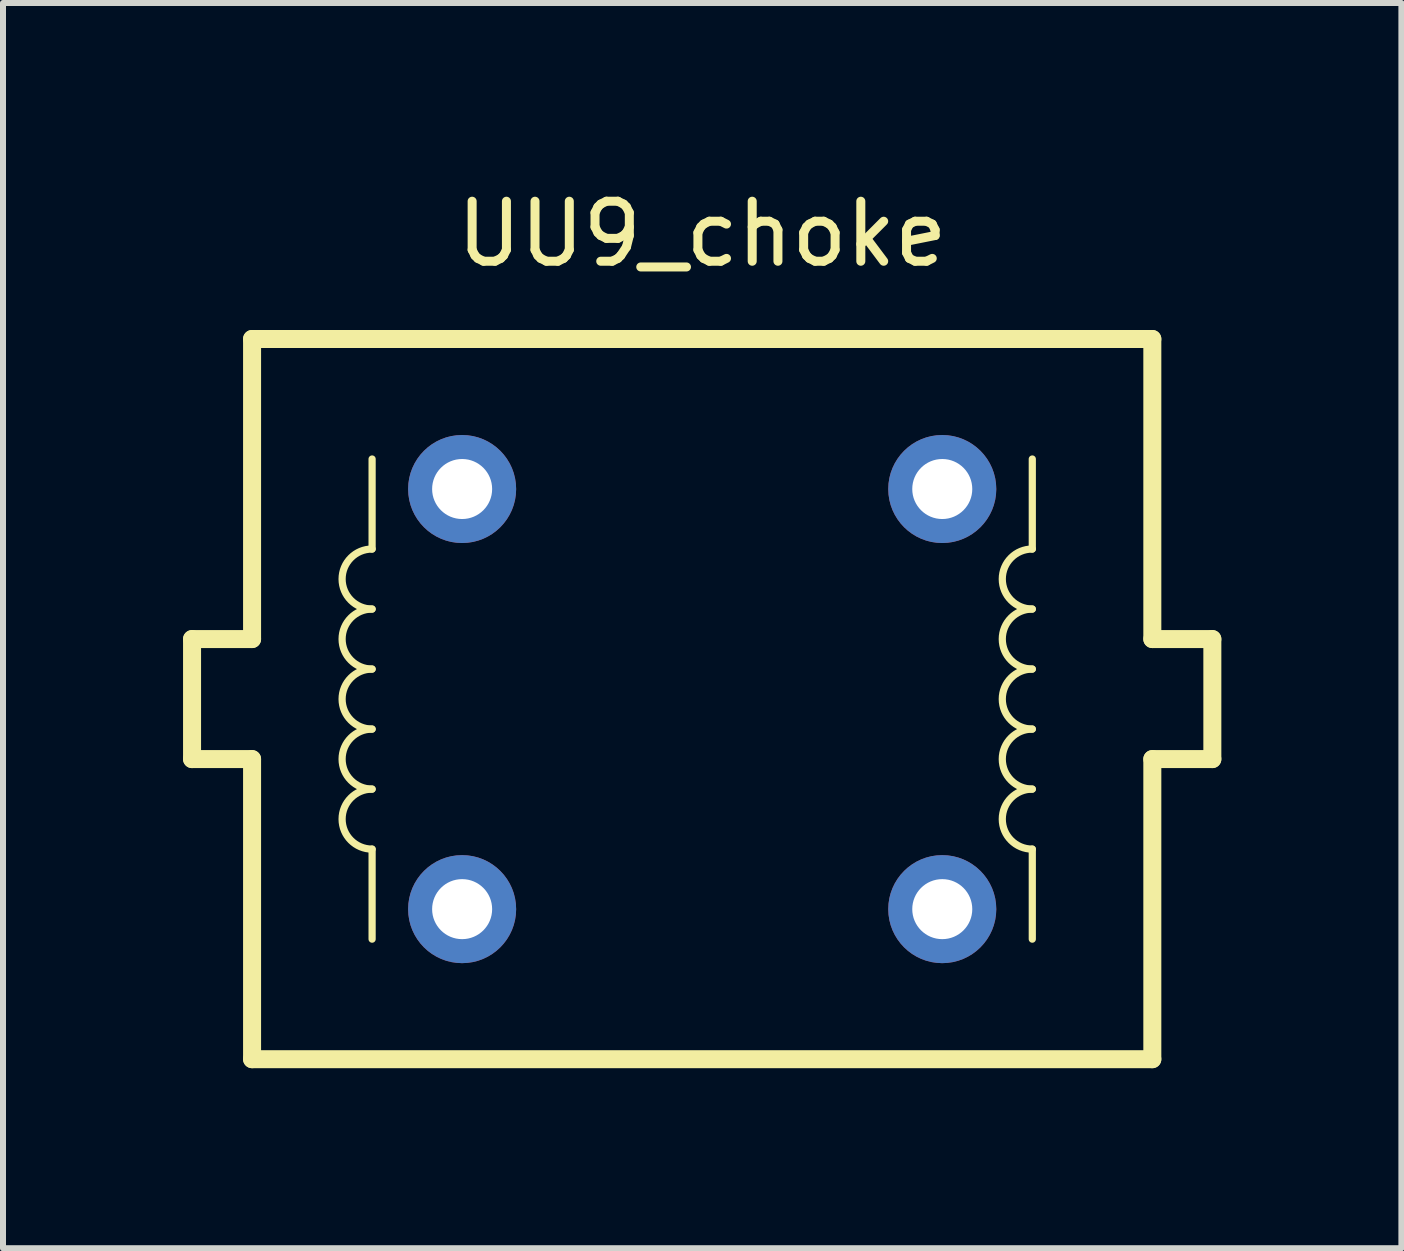
<source format=kicad_pcb>
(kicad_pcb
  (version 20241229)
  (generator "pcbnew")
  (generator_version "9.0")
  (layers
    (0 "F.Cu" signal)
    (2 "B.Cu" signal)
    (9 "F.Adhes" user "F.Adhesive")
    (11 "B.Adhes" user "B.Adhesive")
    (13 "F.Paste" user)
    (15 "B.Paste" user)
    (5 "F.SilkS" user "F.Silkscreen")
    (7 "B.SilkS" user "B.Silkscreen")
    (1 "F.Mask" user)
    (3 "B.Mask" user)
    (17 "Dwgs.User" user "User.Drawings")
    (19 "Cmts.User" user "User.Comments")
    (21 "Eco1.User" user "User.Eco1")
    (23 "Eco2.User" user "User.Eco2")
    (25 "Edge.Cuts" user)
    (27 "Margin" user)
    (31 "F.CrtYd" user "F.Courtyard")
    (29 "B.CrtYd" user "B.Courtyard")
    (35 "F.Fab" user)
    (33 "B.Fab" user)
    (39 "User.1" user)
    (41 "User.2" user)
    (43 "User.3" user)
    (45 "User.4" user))
  (footprint "UU9_choke"
    (layer "F.Cu")
    (at 8.65 8.598)
    (property "Reference" "UU9_choke" (at 0 -7.75 0) (layer "F.SilkS") (effects (font (size 1 1) (thickness 0.15))))
    (attr through_hole)
    (fp_line (start -8.5 -1) (end -8.5 1) (stroke (width 0.3) (type solid)) (layer "F.SilkS"))
    (fp_line (start -7.5 -1) (end -8.5 -1) (stroke (width 0.3) (type solid)) (layer "F.SilkS"))
    (fp_line (start -7.5 -1) (end -7.5 -6) (stroke (width 0.3) (type solid)) (layer "F.SilkS"))
    (fp_line (start -7.5 1) (end -8.5 1) (stroke (width 0.3) (type solid)) (layer "F.SilkS"))
    (fp_line (start -7.5 6) (end -7.5 1) (stroke (width 0.3) (type solid)) (layer "F.SilkS"))
    (fp_line (start -7.5 6) (end 7.5 6) (stroke (width 0.3) (type solid)) (layer "F.SilkS"))
    (fp_line (start -5.5 -2.5) (end -5.5 -4) (stroke (width 0.12) (type solid)) (layer "F.SilkS"))
    (fp_line (start -5.5 4) (end -5.5 2.5) (stroke (width 0.12) (type solid)) (layer "F.SilkS"))
    (fp_line (start 5.5 -2.5) (end 5.5 -4) (stroke (width 0.12) (type solid)) (layer "F.SilkS"))
    (fp_line (start 5.5 4) (end 5.5 2.5) (stroke (width 0.12) (type solid)) (layer "F.SilkS"))
    (fp_line (start 7.5 -6) (end -7.5 -6) (stroke (width 0.3) (type solid)) (layer "F.SilkS"))
    (fp_line (start 7.5 -1) (end 7.5 -6) (stroke (width 0.3) (type solid)) (layer "F.SilkS"))
    (fp_line (start 7.5 6) (end 7.5 1) (stroke (width 0.3) (type solid)) (layer "F.SilkS"))
    (fp_line (start 8.5 -1) (end 7.5 -1) (stroke (width 0.3) (type solid)) (layer "F.SilkS"))
    (fp_line (start 8.5 -1) (end 8.5 1) (stroke (width 0.3) (type solid)) (layer "F.SilkS"))
    (fp_line (start 8.5 1) (end 7.5 1) (stroke (width 0.3) (type solid)) (layer "F.SilkS"))
    (fp_arc (start -5.5 -1.5) (mid -6 -2) (end -5.5 -2.5) (stroke (width 0.12) (type solid)) (layer "F.SilkS"))
    (fp_arc (start -5.5 -0.5) (mid -6 -1) (end -5.5 -1.5) (stroke (width 0.12) (type solid)) (layer "F.SilkS"))
    (fp_arc (start -5.5 0.5) (mid -6 0) (end -5.5 -0.5) (stroke (width 0.12) (type solid)) (layer "F.SilkS"))
    (fp_arc (start -5.5 1.5) (mid -6 1) (end -5.5 0.5) (stroke (width 0.12) (type solid)) (layer "F.SilkS"))
    (fp_arc (start -5.5 2.5) (mid -6 2) (end -5.5 1.5) (stroke (width 0.12) (type solid)) (layer "F.SilkS"))
    (fp_arc (start 5.5 -1.5) (mid 5 -2) (end 5.5 -2.5) (stroke (width 0.12) (type solid)) (layer "F.SilkS"))
    (fp_arc (start 5.5 -0.5) (mid 5 -1) (end 5.5 -1.5) (stroke (width 0.12) (type solid)) (layer "F.SilkS"))
    (fp_arc (start 5.5 0.5) (mid 5 0) (end 5.5 -0.5) (stroke (width 0.12) (type solid)) (layer "F.SilkS"))
    (fp_arc (start 5.5 1.5) (mid 5 1) (end 5.5 0.5) (stroke (width 0.12) (type solid)) (layer "F.SilkS"))
    (fp_arc (start 5.5 2.5) (mid 5 2) (end 5.5 1.5) (stroke (width 0.12) (type solid)) (layer "F.SilkS"))
    (pad "1" thru_hole circle (at -4 3.5) (size 1.8 1.8) (drill 1) (layers "*.Cu" "*.Mask"))
    (pad "2" thru_hole circle (at -4 -3.5) (size 1.8 1.8) (drill 1) (layers "*.Cu" "*.Mask"))
    (pad "3" thru_hole circle (at 4 3.5) (size 1.8 1.8) (drill 1) (layers "*.Cu" "*.Mask"))
    (pad "4" thru_hole circle (at 4 -3.5) (size 1.8 1.8) (drill 1) (layers "*.Cu" "*.Mask")))
  (gr_rect
    (start -3 -3)
    (end 20.3 17.748)
    (stroke (width 0.1) (type default))
    (fill no)
    (layer "Edge.Cuts")))
</source>
